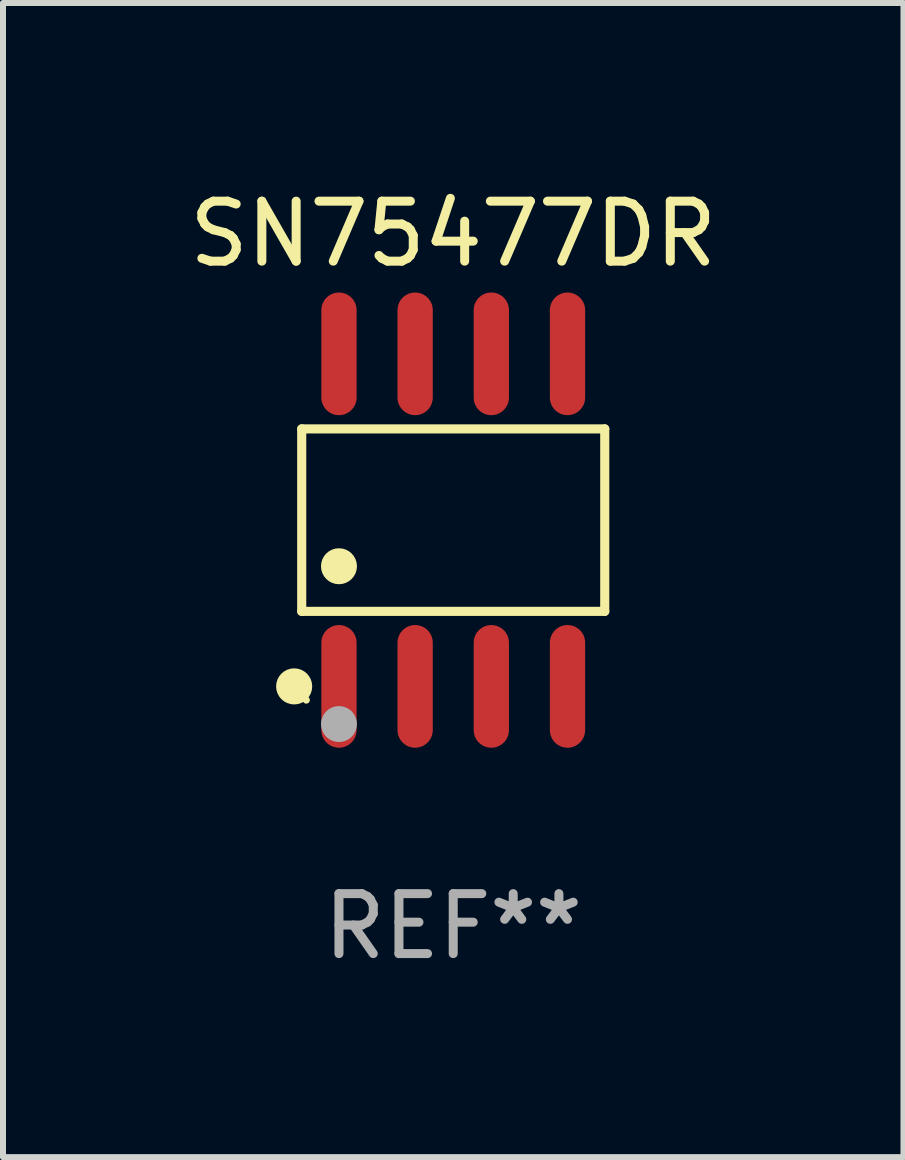
<source format=kicad_pcb>
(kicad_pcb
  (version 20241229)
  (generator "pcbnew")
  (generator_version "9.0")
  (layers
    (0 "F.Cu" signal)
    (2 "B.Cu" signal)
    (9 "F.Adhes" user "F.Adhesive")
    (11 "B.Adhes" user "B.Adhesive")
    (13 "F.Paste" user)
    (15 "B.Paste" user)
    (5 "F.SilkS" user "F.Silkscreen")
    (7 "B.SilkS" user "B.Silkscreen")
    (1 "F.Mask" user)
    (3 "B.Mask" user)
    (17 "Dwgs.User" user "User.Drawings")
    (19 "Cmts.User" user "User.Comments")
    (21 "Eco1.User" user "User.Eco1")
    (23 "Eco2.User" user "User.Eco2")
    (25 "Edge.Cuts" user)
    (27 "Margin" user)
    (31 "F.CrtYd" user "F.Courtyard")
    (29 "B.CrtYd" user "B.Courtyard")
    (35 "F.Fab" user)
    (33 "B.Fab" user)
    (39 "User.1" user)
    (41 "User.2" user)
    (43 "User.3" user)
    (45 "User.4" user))
  (footprint "SN75477DR"
    (layer "F.Cu")
    (at 4.506 5.621)
    (property "Reference" "SN75477DR" (at 0 -4.772 0) (layer "F.SilkS") (effects (font (size 1 1) (thickness 0.15))))
    (attr through_hole)
    (fp_line (start -2.526 -1.521) (end 2.526 -1.521) (stroke (width 0.152) (type solid)) (layer "F.SilkS"))
    (fp_line (start -2.526 1.521) (end -2.526 -1.521) (stroke (width 0.152) (type solid)) (layer "F.SilkS"))
    (fp_line (start 2.526 -1.521) (end 2.526 1.521) (stroke (width 0.152) (type solid)) (layer "F.SilkS"))
    (fp_line (start 2.526 1.521) (end -2.526 1.521) (stroke (width 0.152) (type solid)) (layer "F.SilkS"))
    (fp_circle (center -2.652 2.772) (end -2.501 2.772) (stroke (width 0.3) (type solid)) (fill no) (layer "F.SilkS"))
    (fp_circle (center -2.45 3) (end -2.42 3) (stroke (width 0.06) (type solid)) (fill no) (layer "F.SilkS"))
    (fp_circle (center -1.905 0.769) (end -1.755 0.769) (stroke (width 0.3) (type solid)) (fill no) (layer "F.SilkS"))
    (fp_circle (center -1.905 3.4) (end -1.755 3.4) (stroke (width 0.3) (type solid)) (fill no) (layer "F.Fab"))
    (fp_text user "REF**" (at 0 6.772 0) (layer "F.Fab") (effects (font (size 1 1) (thickness 0.15))))
    (pad "1" smd oval (at -1.905 2.772) (size 0.588 2.045) (layers "F.Cu" "F.Mask" "F.Paste"))
    (pad "2" smd oval (at -0.635 2.772) (size 0.588 2.045) (layers "F.Cu" "F.Mask" "F.Paste"))
    (pad "3" smd oval (at 0.635 2.772) (size 0.588 2.045) (layers "F.Cu" "F.Mask" "F.Paste"))
    (pad "4" smd oval (at 1.905 2.772) (size 0.588 2.045) (layers "F.Cu" "F.Mask" "F.Paste"))
    (pad "5" smd oval (at 1.905 -2.772) (size 0.588 2.045) (layers "F.Cu" "F.Mask" "F.Paste"))
    (pad "6" smd oval (at 0.635 -2.772) (size 0.588 2.045) (layers "F.Cu" "F.Mask" "F.Paste"))
    (pad "7" smd oval (at -0.635 -2.772) (size 0.588 2.045) (layers "F.Cu" "F.Mask" "F.Paste"))
    (pad "8" smd oval (at -1.905 -2.772) (size 0.588 2.045) (layers "F.Cu" "F.Mask" "F.Paste")))
  (gr_rect
    (start -3 -3)
    (end 12.012 16.241)
    (stroke (width 0.1) (type default))
    (fill no)
    (layer "Edge.Cuts")))
</source>
